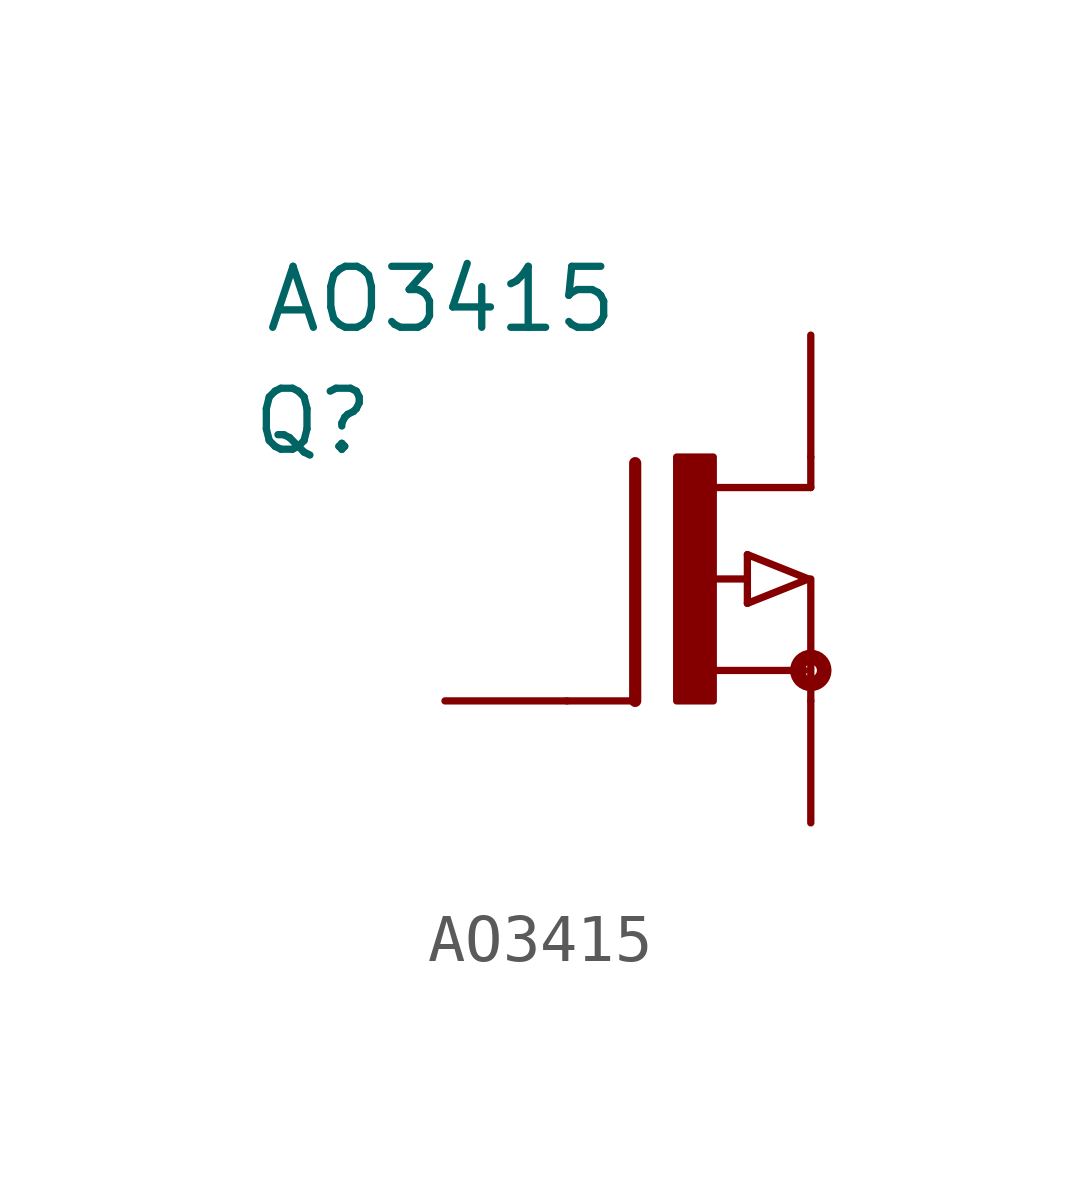
<source format=kicad_sym>
(kicad_symbol_lib
  (version 20211014)
  (generator kicad_symbol_editor)
  (symbol "AO3415"
    (pin_numbers hide)
    (pin_names
      (offset 1.016) hide)
    (property "Reference" "Q"
      (at -11.684 2.54 0)
      (effects (font (size 1.27 1.27)) (justify left bottom)))
    (property "Value" "AO3415"
      (at -11.43 5.08 0)
      (effects (font (size 1.27 1.27)) (justify left bottom)))
    (property "ki_locked" ""
      (at 0 0 0)
      (effects (font (size 1.27 1.27))))
    (symbol "AO3415_0_0"
      (rectangle (start -2.794 -2.54) (end -2.032 2.54) (stroke (width 0) (type default) (color 0 0 0 0)) (fill (type outline)))
      (circle (center 0 -1.905) (radius 0.127) (stroke (width 0.305) (type default) (color 0 0 0 0)) (fill (type none)))
      (polyline (pts (xy -3.658 -2.54) (xy -5.08 -2.54)) (stroke (width 0.152) (type default) (color 0 0 0 0)) (fill (type none)))
      (polyline (pts (xy -3.658 2.413) (xy -3.658 -2.54)) (stroke (width 0.254) (type default) (color 0 0 0 0)) (fill (type none)))
      (polyline (pts (xy -2.54 0) (xy -1.372 0)) (stroke (width 0.152) (type default) (color 0 0 0 0)) (fill (type none)))
      (polyline (pts (xy -2.032 -1.905) (xy -0.127 -1.905)) (stroke (width 0.152) (type default) (color 0 0 0 0)) (fill (type none)))
      (polyline (pts (xy -1.321 -0.508) (xy -1.321 0.508)) (stroke (width 0.152) (type default) (color 0 0 0 0)) (fill (type none)))
      (polyline (pts (xy -1.321 0.508) (xy -0.051 0)) (stroke (width 0.152) (type default) (color 0 0 0 0)) (fill (type none)))
      (polyline (pts (xy -0.051 0) (xy -1.321 -0.508)) (stroke (width 0.152) (type default) (color 0 0 0 0)) (fill (type none)))
      (polyline (pts (xy 0 0) (xy 0 -2.54)) (stroke (width 0.152) (type default) (color 0 0 0 0)) (fill (type none)))
      (polyline (pts (xy 0 1.905) (xy -2.007 1.905)) (stroke (width 0.152) (type default) (color 0 0 0 0)) (fill (type none)))
      (polyline (pts (xy 0 2.54) (xy 0 1.905)) (stroke (width 0.152) (type default) (color 0 0 0 0)) (fill (type none)))
      (pin passive line (at -7.62 -2.54 0) (length 2.54) (name "~" (effects (font (size 1.016 1.016)))) (number "1" (effects (font (size 1.016 1.016)))))
      (pin passive line (at 0 -5.08 90) (length 2.54) (name "~" (effects (font (size 1.016 1.016)))) (number "2" (effects (font (size 1.016 1.016)))))
      (pin passive line (at 0 5.08 270) (length 2.54) (name "~" (effects (font (size 1.016 1.016)))) (number "3" (effects (font (size 1.016 1.016))))))))
</source>
